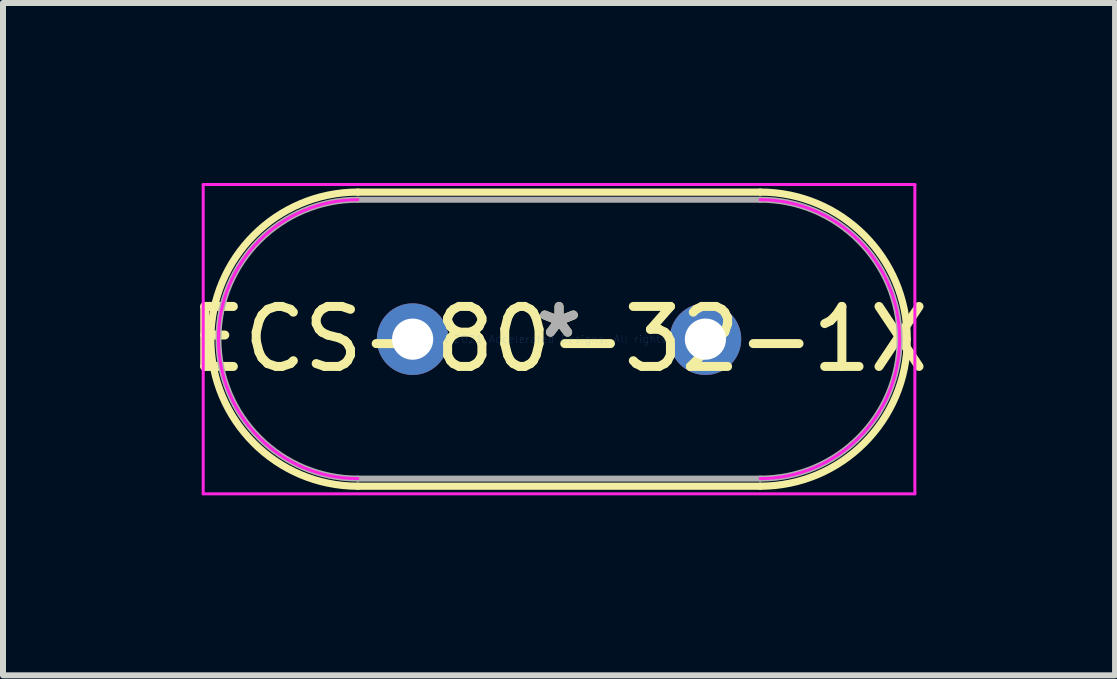
<source format=kicad_pcb>
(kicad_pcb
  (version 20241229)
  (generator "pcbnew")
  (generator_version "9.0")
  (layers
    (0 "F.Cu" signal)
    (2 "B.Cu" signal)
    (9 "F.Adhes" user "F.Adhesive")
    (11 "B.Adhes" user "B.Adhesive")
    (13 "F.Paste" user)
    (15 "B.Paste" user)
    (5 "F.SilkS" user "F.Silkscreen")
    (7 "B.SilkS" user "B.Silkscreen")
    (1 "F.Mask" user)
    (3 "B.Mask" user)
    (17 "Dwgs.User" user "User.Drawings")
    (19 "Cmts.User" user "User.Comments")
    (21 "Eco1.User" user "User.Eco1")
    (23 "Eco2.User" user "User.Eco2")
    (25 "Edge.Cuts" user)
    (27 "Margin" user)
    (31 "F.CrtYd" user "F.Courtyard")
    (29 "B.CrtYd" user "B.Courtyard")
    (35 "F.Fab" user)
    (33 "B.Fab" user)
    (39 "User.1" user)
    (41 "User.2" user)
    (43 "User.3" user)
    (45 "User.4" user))
  (footprint "ECS-80-32-1X"
    (layer "F.Cu")
    (at 6.268 2.603)
    (property "Reference" "ECS-80-32-1X" (at 0 0 0) (layer "F.SilkS") (effects (font (size 1 1) (thickness 0.15))))
    (attr through_hole)
    (fp_line (start -3.353 -2.451) (end 3.353 -2.451) (stroke (width 0.12) (type solid)) (layer "F.SilkS"))
    (fp_line (start -3.353 2.451) (end 3.353 2.451) (stroke (width 0.12) (type solid)) (layer "F.SilkS"))
    (fp_arc (start -3.3528 2.4511) (mid -5.8039 0) (end -3.3528 -2.4511) (stroke (width 0.12) (type solid)) (layer "F.SilkS"))
    (fp_arc (start 3.3528 -2.4511) (mid 5.085989 -1.733189) (end 5.8039 0) (stroke (width 0.12) (type solid)) (layer "F.SilkS"))
    (fp_arc (start 5.8039 0) (mid 5.085989 1.733189) (end 3.3528 2.4511) (stroke (width 0.12) (type solid)) (layer "F.SilkS"))
    (fp_line (start -5.931 -2.578) (end 5.931 -2.578) (stroke (width 0.05) (type solid)) (layer "F.CrtYd"))
    (fp_line (start -5.931 2.578) (end -5.931 -2.578) (stroke (width 0.05) (type solid)) (layer "F.CrtYd"))
    (fp_line (start 5.931 -2.578) (end 5.931 2.578) (stroke (width 0.05) (type solid)) (layer "F.CrtYd"))
    (fp_line (start 5.931 2.578) (end -5.931 2.578) (stroke (width 0.05) (type solid)) (layer "F.CrtYd"))
    (fp_arc (start -3.3528 2.3241) (mid -5.6769 0) (end -3.3528 -2.3241) (stroke (width 0.05) (type solid)) (layer "F.CrtYd"))
    (fp_arc (start 3.3528 -2.3241) (mid 5.6769 0) (end 3.3528 2.3241) (stroke (width 0.05) (type solid)) (layer "F.CrtYd"))
    (fp_line (start -3.353 -2.324) (end 3.353 -2.324) (stroke (width 0.1) (type solid)) (layer "F.Fab"))
    (fp_line (start -3.353 2.324) (end 3.353 2.324) (stroke (width 0.1) (type solid)) (layer "F.Fab"))
    (fp_arc (start -3.3528 2.3241) (mid -5.6769 0) (end -3.3528 -2.3241) (stroke (width 0.1) (type solid)) (layer "F.Fab"))
    (fp_arc (start 3.3528 -2.3241) (mid 5.6769 0) (end 3.3528 2.3241) (stroke (width 0.1) (type solid)) (layer "F.Fab"))
    (fp_text user "*" (at 0 0 0) (layer "F.SilkS") (effects (font (size 1 1) (thickness 0.15))))
    (fp_text user "Copyright 2021 Accelerated Designs. All rights reserved." (at 0 0 0) (layer "Cmts.User") (effects (font (size 0.127 0.127) (thickness 0.002))))
    (fp_text user "*" (at 0 0 0) (layer "F.Fab") (effects (font (size 1 1) (thickness 0.15))))
    (pad "1" thru_hole circle (at -2.44 0) (size 1.194 1.194) (drill 0.686) (layers "*.Cu" "*.Mask"))
    (pad "2" thru_hole circle (at 2.44 0) (size 1.194 1.194) (drill 0.686) (layers "*.Cu" "*.Mask")))
  (gr_rect
    (start -3 -3)
    (end 15.536 8.206)
    (stroke (width 0.1) (type default))
    (fill no)
    (layer "Edge.Cuts")))
</source>
